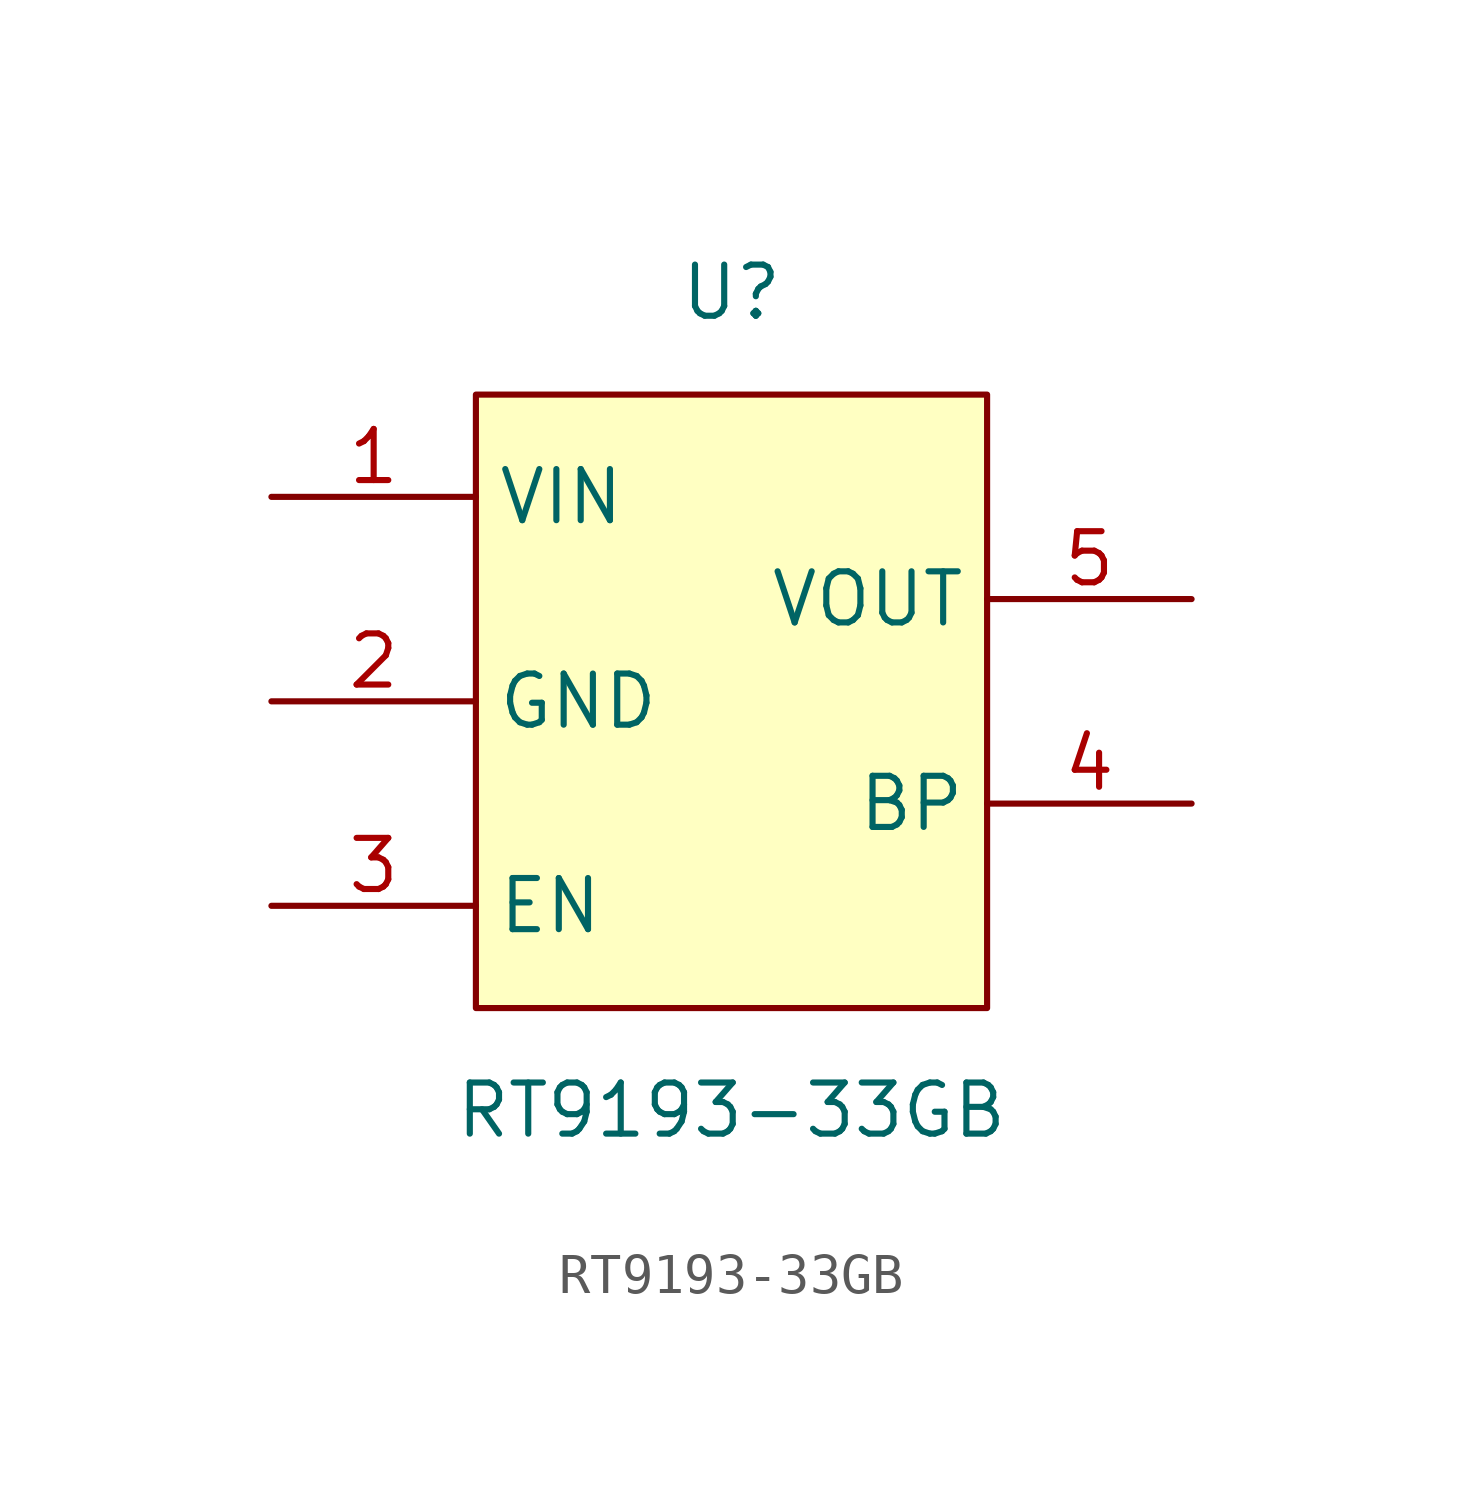
<source format=kicad_sym>
(kicad_symbol_lib
  (version 20211014)
  (generator https://github.com/uPesy/easyeda2kicad.py)
  (symbol "RT9193-33GB"
    (property "Reference" "U"
      (at 0 10.16 0)
      (effects (font (size 1.27 1.27))))
    (property "Value" "RT9193-33GB"
      (at 0 -10.16 0)
      (effects (font (size 1.27 1.27))))
    (symbol "RT9193-33GB_0_1"
      (rectangle (start -6.35 7.62) (end 6.35 -7.62) (stroke (width 0) (type default) (color 0 0 0 0)) (fill (type background)))
      (pin unspecified line (at -11.43 5.08 0) (length 5.08) (name "VIN" (effects (font (size 1.27 1.27)))) (number "1" (effects (font (size 1.27 1.27)))))
      (pin unspecified line (at -11.43 -0.00 0) (length 5.08) (name "GND" (effects (font (size 1.27 1.27)))) (number "2" (effects (font (size 1.27 1.27)))))
      (pin unspecified line (at -11.43 -5.08 0) (length 5.08) (name "EN" (effects (font (size 1.27 1.27)))) (number "3" (effects (font (size 1.27 1.27)))))
      (pin unspecified line (at 11.43 -2.54 180) (length 5.08) (name "BP" (effects (font (size 1.27 1.27)))) (number "4" (effects (font (size 1.27 1.27)))))
      (pin unspecified line (at 11.43 2.54 180) (length 5.08) (name "VOUT" (effects (font (size 1.27 1.27)))) (number "5" (effects (font (size 1.27 1.27))))))))
</source>
